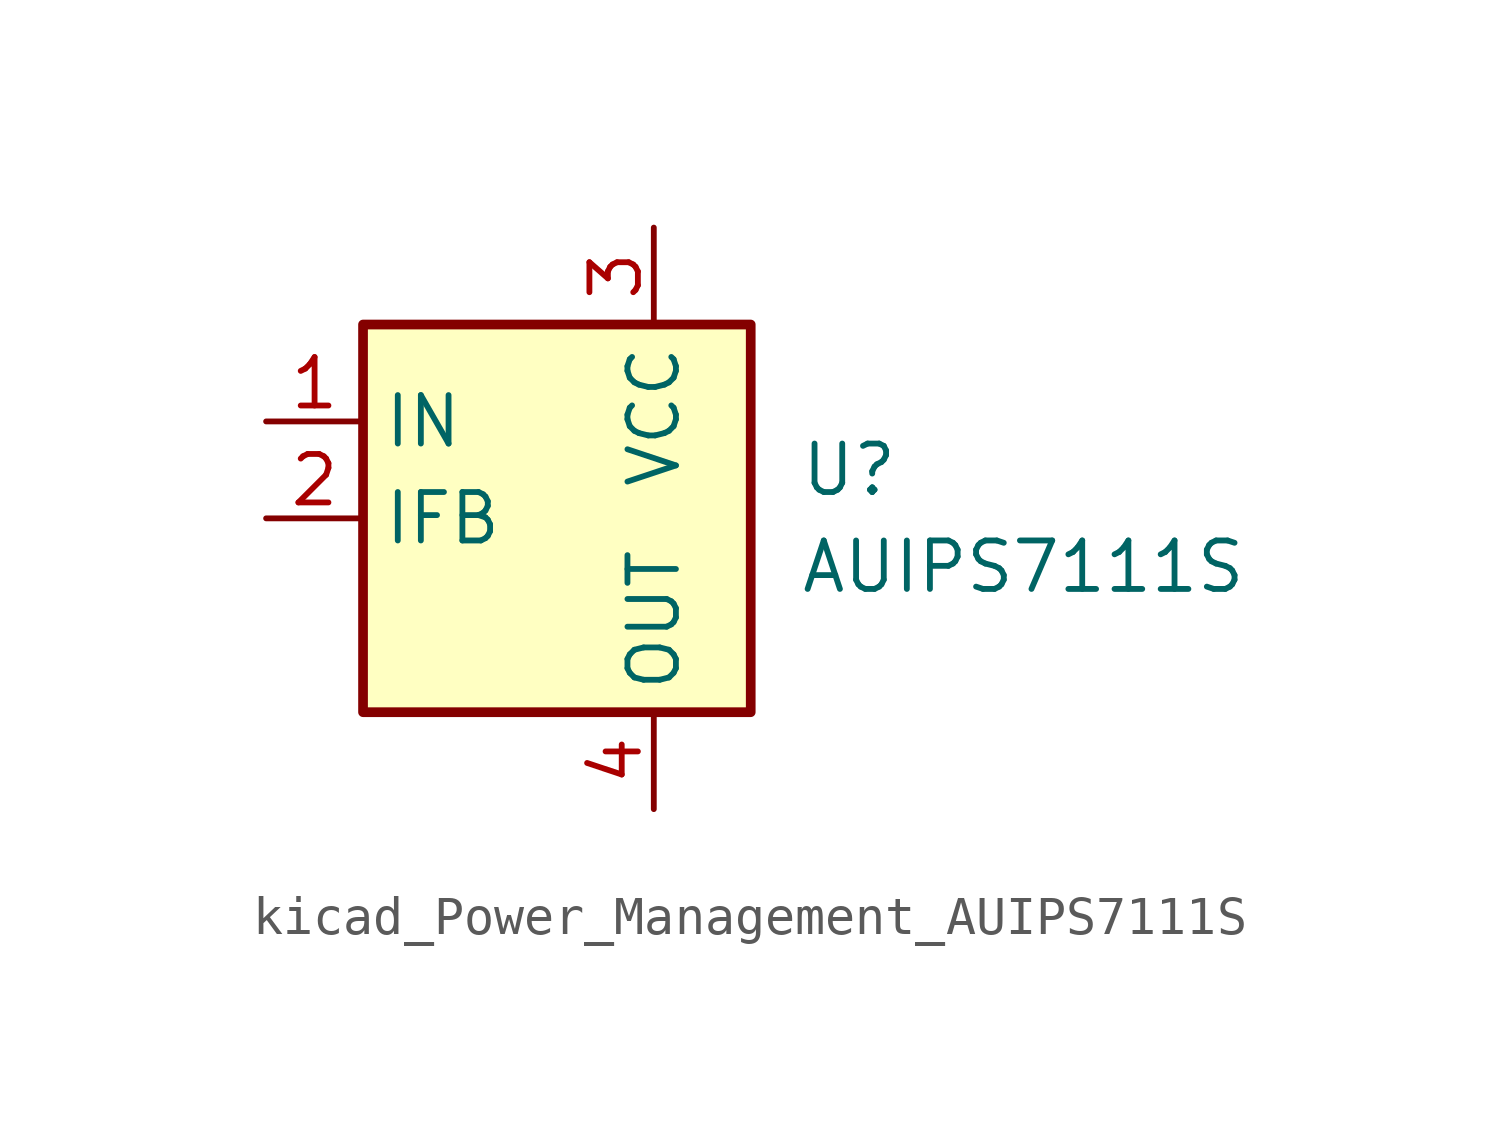
<source format=kicad_sym>
(kicad_symbol_lib
  (version 20220914)
  (generator kicad_symbol_editor)
  (symbol "kicad_Power_Management_AUIPS7111S"
    (property "Reference" "U"
      (at 3.81 1.27 0)
      (effects (font (size 1.27 1.27)) (justify left)))
    (property "Value" "AUIPS7111S"
      (at 3.81 -1.27 0)
      (effects (font (size 1.27 1.27)) (justify left)))
    (symbol "kicad_Power_Management_AUIPS7111S_0_1"
      (rectangle (start -7.62 5.08) (end 2.54 -5.08) (stroke (width 0.254) (type default)) (fill (type background))))
    (symbol "kicad_Power_Management_AUIPS7111S_1_1"
      (pin input line (at -10.16 2.54 0) (length 2.54) (name "IN" (effects (font (size 1.27 1.27)))) (number "1" (effects (font (size 1.27 1.27)))))
      (pin output line (at -10.16 0 0) (length 2.54) (name "IFB" (effects (font (size 1.27 1.27)))) (number "2" (effects (font (size 1.27 1.27)))))
      (pin power_in line (at 0 7.62 270) (length 2.54) (name "VCC" (effects (font (size 1.27 1.27)))) (number "3" (effects (font (size 1.27 1.27)))))
      (pin power_out line (at 0 -7.62 90) (length 2.54) (name "OUT" (effects (font (size 1.27 1.27)))) (number "4" (effects (font (size 1.27 1.27)))))
      (pin passive line (at 0 -7.62 90) (length 2.54) hide (name "OUT" (effects (font (size 1.27 1.27)))) (number "5" (effects (font (size 1.27 1.27))))))))
</source>
